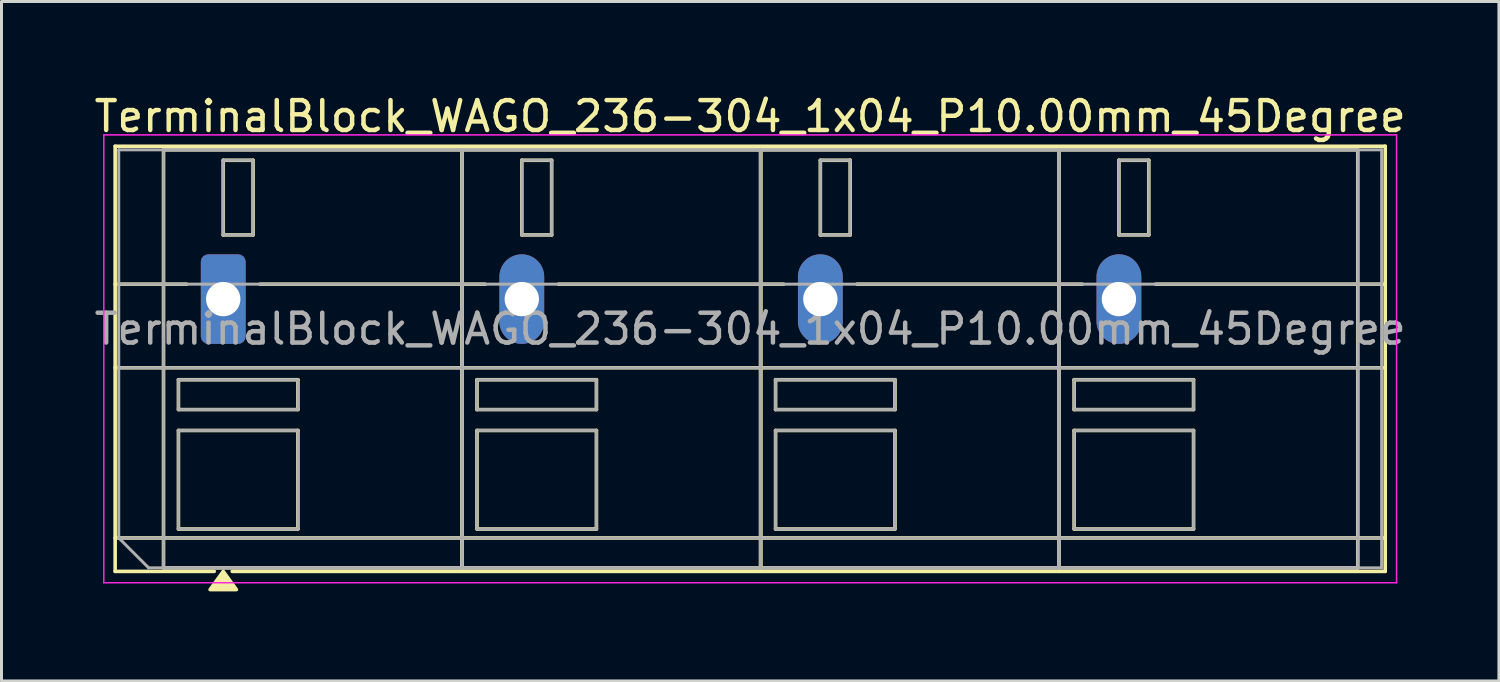
<source format=kicad_pcb>
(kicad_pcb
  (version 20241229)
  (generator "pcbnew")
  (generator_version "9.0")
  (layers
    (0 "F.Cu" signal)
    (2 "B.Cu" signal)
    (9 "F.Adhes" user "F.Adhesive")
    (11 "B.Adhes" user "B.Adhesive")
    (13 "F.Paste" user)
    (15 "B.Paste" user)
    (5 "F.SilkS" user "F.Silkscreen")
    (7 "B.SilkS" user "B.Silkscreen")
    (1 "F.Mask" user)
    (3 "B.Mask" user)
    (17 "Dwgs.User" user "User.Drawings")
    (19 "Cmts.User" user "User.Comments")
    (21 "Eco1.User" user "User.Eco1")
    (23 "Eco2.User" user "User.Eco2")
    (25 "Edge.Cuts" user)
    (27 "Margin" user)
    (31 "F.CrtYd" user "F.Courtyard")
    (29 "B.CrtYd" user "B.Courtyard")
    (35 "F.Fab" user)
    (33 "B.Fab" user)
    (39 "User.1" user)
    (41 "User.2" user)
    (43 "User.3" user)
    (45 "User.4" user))
  (footprint "TerminalBlock_WAGO_236-304_1x04_P10.00mm_45Degree"
    (layer "F.Cu")
    (at 4.427 6.968)
    (property "Reference" "TerminalBlock_WAGO_236-304_1x04_P10.00mm_45Degree" (at 17.65 -6.12 0) (layer "F.SilkS") (effects (font (size 1 1) (thickness 0.15))))
    (attr through_hole)
    (fp_line (start -3.62 -5.12) (end -3.62 9.12) (stroke (width 0.12) (type solid)) (layer "F.SilkS"))
    (fp_line (start -3.62 -5.12) (end 38.92 -5.12) (stroke (width 0.12) (type solid)) (layer "F.SilkS"))
    (fp_line (start -3.62 -0.5) (end -1.23 -0.5) (stroke (width 0.12) (type solid)) (layer "F.SilkS"))
    (fp_line (start -3.62 2.3) (end 38.92 2.3) (stroke (width 0.12) (type solid)) (layer "F.SilkS"))
    (fp_line (start -3.62 8) (end 38.92 8) (stroke (width 0.12) (type solid)) (layer "F.SilkS"))
    (fp_line (start -3.62 9.12) (end -0.3 9.12) (stroke (width 0.12) (type solid)) (layer "F.SilkS"))
    (fp_line (start -2 -5) (end -2 9) (stroke (width 0.12) (type solid)) (layer "F.SilkS"))
    (fp_line (start -2 -5) (end 8 -5) (stroke (width 0.12) (type solid)) (layer "F.SilkS"))
    (fp_line (start -2 9) (end 8 9) (stroke (width 0.12) (type solid)) (layer "F.SilkS"))
    (fp_line (start -1.5 2.7) (end -1.5 3.7) (stroke (width 0.12) (type solid)) (layer "F.SilkS"))
    (fp_line (start -1.5 2.7) (end 2.5 2.7) (stroke (width 0.12) (type solid)) (layer "F.SilkS"))
    (fp_line (start -1.5 3.7) (end 2.5 3.7) (stroke (width 0.12) (type solid)) (layer "F.SilkS"))
    (fp_line (start -1.5 4.4) (end -1.5 7.7) (stroke (width 0.12) (type solid)) (layer "F.SilkS"))
    (fp_line (start -1.5 4.4) (end 2.5 4.4) (stroke (width 0.12) (type solid)) (layer "F.SilkS"))
    (fp_line (start -1.5 7.7) (end 2.5 7.7) (stroke (width 0.12) (type solid)) (layer "F.SilkS"))
    (fp_line (start 0 -4.65) (end 0 -2.15) (stroke (width 0.12) (type solid)) (layer "F.SilkS"))
    (fp_line (start 0 -4.65) (end 1 -4.65) (stroke (width 0.12) (type solid)) (layer "F.SilkS"))
    (fp_line (start 0 -2.15) (end 1 -2.15) (stroke (width 0.12) (type solid)) (layer "F.SilkS"))
    (fp_line (start 0.3 9.12) (end 38.92 9.12) (stroke (width 0.12) (type solid)) (layer "F.SilkS"))
    (fp_line (start 1 -4.65) (end 1 -2.15) (stroke (width 0.12) (type solid)) (layer "F.SilkS"))
    (fp_line (start 1.23 -0.5) (end 8.77 -0.5) (stroke (width 0.12) (type solid)) (layer "F.SilkS"))
    (fp_line (start 2.5 2.7) (end 2.5 3.7) (stroke (width 0.12) (type solid)) (layer "F.SilkS"))
    (fp_line (start 2.5 4.4) (end 2.5 7.7) (stroke (width 0.12) (type solid)) (layer "F.SilkS"))
    (fp_line (start 8 -5) (end 8 9) (stroke (width 0.12) (type solid)) (layer "F.SilkS"))
    (fp_line (start 8 -5) (end 8 9) (stroke (width 0.12) (type solid)) (layer "F.SilkS"))
    (fp_line (start 8 -5) (end 18 -5) (stroke (width 0.12) (type solid)) (layer "F.SilkS"))
    (fp_line (start 8 9) (end 18 9) (stroke (width 0.12) (type solid)) (layer "F.SilkS"))
    (fp_line (start 8.5 2.7) (end 8.5 3.7) (stroke (width 0.12) (type solid)) (layer "F.SilkS"))
    (fp_line (start 8.5 2.7) (end 12.5 2.7) (stroke (width 0.12) (type solid)) (layer "F.SilkS"))
    (fp_line (start 8.5 3.7) (end 12.5 3.7) (stroke (width 0.12) (type solid)) (layer "F.SilkS"))
    (fp_line (start 8.5 4.4) (end 8.5 7.7) (stroke (width 0.12) (type solid)) (layer "F.SilkS"))
    (fp_line (start 8.5 4.4) (end 12.5 4.4) (stroke (width 0.12) (type solid)) (layer "F.SilkS"))
    (fp_line (start 8.5 7.7) (end 12.5 7.7) (stroke (width 0.12) (type solid)) (layer "F.SilkS"))
    (fp_line (start 10 -4.65) (end 10 -2.15) (stroke (width 0.12) (type solid)) (layer "F.SilkS"))
    (fp_line (start 10 -4.65) (end 11 -4.65) (stroke (width 0.12) (type solid)) (layer "F.SilkS"))
    (fp_line (start 10 -2.15) (end 11 -2.15) (stroke (width 0.12) (type solid)) (layer "F.SilkS"))
    (fp_line (start 11 -4.65) (end 11 -2.15) (stroke (width 0.12) (type solid)) (layer "F.SilkS"))
    (fp_line (start 11.23 -0.5) (end 18.77 -0.5) (stroke (width 0.12) (type solid)) (layer "F.SilkS"))
    (fp_line (start 12.5 2.7) (end 12.5 3.7) (stroke (width 0.12) (type solid)) (layer "F.SilkS"))
    (fp_line (start 12.5 4.4) (end 12.5 7.7) (stroke (width 0.12) (type solid)) (layer "F.SilkS"))
    (fp_line (start 18 -5) (end 18 9) (stroke (width 0.12) (type solid)) (layer "F.SilkS"))
    (fp_line (start 18 -5) (end 18 9) (stroke (width 0.12) (type solid)) (layer "F.SilkS"))
    (fp_line (start 18 -5) (end 28 -5) (stroke (width 0.12) (type solid)) (layer "F.SilkS"))
    (fp_line (start 18 9) (end 28 9) (stroke (width 0.12) (type solid)) (layer "F.SilkS"))
    (fp_line (start 18.5 2.7) (end 18.5 3.7) (stroke (width 0.12) (type solid)) (layer "F.SilkS"))
    (fp_line (start 18.5 2.7) (end 22.5 2.7) (stroke (width 0.12) (type solid)) (layer "F.SilkS"))
    (fp_line (start 18.5 3.7) (end 22.5 3.7) (stroke (width 0.12) (type solid)) (layer "F.SilkS"))
    (fp_line (start 18.5 4.4) (end 18.5 7.7) (stroke (width 0.12) (type solid)) (layer "F.SilkS"))
    (fp_line (start 18.5 4.4) (end 22.5 4.4) (stroke (width 0.12) (type solid)) (layer "F.SilkS"))
    (fp_line (start 18.5 7.7) (end 22.5 7.7) (stroke (width 0.12) (type solid)) (layer "F.SilkS"))
    (fp_line (start 20 -4.65) (end 20 -2.15) (stroke (width 0.12) (type solid)) (layer "F.SilkS"))
    (fp_line (start 20 -4.65) (end 21 -4.65) (stroke (width 0.12) (type solid)) (layer "F.SilkS"))
    (fp_line (start 20 -2.15) (end 21 -2.15) (stroke (width 0.12) (type solid)) (layer "F.SilkS"))
    (fp_line (start 21 -4.65) (end 21 -2.15) (stroke (width 0.12) (type solid)) (layer "F.SilkS"))
    (fp_line (start 21.23 -0.5) (end 28.77 -0.5) (stroke (width 0.12) (type solid)) (layer "F.SilkS"))
    (fp_line (start 22.5 2.7) (end 22.5 3.7) (stroke (width 0.12) (type solid)) (layer "F.SilkS"))
    (fp_line (start 22.5 4.4) (end 22.5 7.7) (stroke (width 0.12) (type solid)) (layer "F.SilkS"))
    (fp_line (start 28 -5) (end 28 9) (stroke (width 0.12) (type solid)) (layer "F.SilkS"))
    (fp_line (start 28 -5) (end 28 9) (stroke (width 0.12) (type solid)) (layer "F.SilkS"))
    (fp_line (start 28 -5) (end 38 -5) (stroke (width 0.12) (type solid)) (layer "F.SilkS"))
    (fp_line (start 28 9) (end 38 9) (stroke (width 0.12) (type solid)) (layer "F.SilkS"))
    (fp_line (start 28.5 2.7) (end 28.5 3.7) (stroke (width 0.12) (type solid)) (layer "F.SilkS"))
    (fp_line (start 28.5 2.7) (end 32.5 2.7) (stroke (width 0.12) (type solid)) (layer "F.SilkS"))
    (fp_line (start 28.5 3.7) (end 32.5 3.7) (stroke (width 0.12) (type solid)) (layer "F.SilkS"))
    (fp_line (start 28.5 4.4) (end 28.5 7.7) (stroke (width 0.12) (type solid)) (layer "F.SilkS"))
    (fp_line (start 28.5 4.4) (end 32.5 4.4) (stroke (width 0.12) (type solid)) (layer "F.SilkS"))
    (fp_line (start 28.5 7.7) (end 32.5 7.7) (stroke (width 0.12) (type solid)) (layer "F.SilkS"))
    (fp_line (start 30 -4.65) (end 30 -2.15) (stroke (width 0.12) (type solid)) (layer "F.SilkS"))
    (fp_line (start 30 -4.65) (end 31 -4.65) (stroke (width 0.12) (type solid)) (layer "F.SilkS"))
    (fp_line (start 30 -2.15) (end 31 -2.15) (stroke (width 0.12) (type solid)) (layer "F.SilkS"))
    (fp_line (start 31 -4.65) (end 31 -2.15) (stroke (width 0.12) (type solid)) (layer "F.SilkS"))
    (fp_line (start 31.23 -0.5) (end 38.92 -0.5) (stroke (width 0.12) (type solid)) (layer "F.SilkS"))
    (fp_line (start 32.5 2.7) (end 32.5 3.7) (stroke (width 0.12) (type solid)) (layer "F.SilkS"))
    (fp_line (start 32.5 4.4) (end 32.5 7.7) (stroke (width 0.12) (type solid)) (layer "F.SilkS"))
    (fp_line (start 38 -5) (end 38 9) (stroke (width 0.12) (type solid)) (layer "F.SilkS"))
    (fp_line (start 38.92 -5.12) (end 38.92 9.12) (stroke (width 0.12) (type solid)) (layer "F.SilkS"))
    (fp_poly (pts (xy 0 9.12) (xy 0.44 9.73) (xy -0.44 9.73)) (stroke (width 0.12) (type solid)) (fill yes) (layer "F.SilkS"))
    (fp_line (start -4 -5.5) (end -4 9.5) (stroke (width 0.05) (type solid)) (layer "F.CrtYd"))
    (fp_line (start -4 9.5) (end 39.3 9.5) (stroke (width 0.05) (type solid)) (layer "F.CrtYd"))
    (fp_line (start 39.3 -5.5) (end -4 -5.5) (stroke (width 0.05) (type solid)) (layer "F.CrtYd"))
    (fp_line (start 39.3 9.5) (end 39.3 -5.5) (stroke (width 0.05) (type solid)) (layer "F.CrtYd"))
    (fp_line (start -3.5 -5) (end 38.8 -5) (stroke (width 0.1) (type solid)) (layer "F.Fab"))
    (fp_line (start -3.5 -0.5) (end 38.8 -0.5) (stroke (width 0.1) (type solid)) (layer "F.Fab"))
    (fp_line (start -3.5 2.3) (end 38.8 2.3) (stroke (width 0.1) (type solid)) (layer "F.Fab"))
    (fp_line (start -3.5 8) (end -3.5 -5) (stroke (width 0.1) (type solid)) (layer "F.Fab"))
    (fp_line (start -3.5 8) (end 38.8 8) (stroke (width 0.1) (type solid)) (layer "F.Fab"))
    (fp_line (start -2.5 9) (end -3.5 8) (stroke (width 0.1) (type solid)) (layer "F.Fab"))
    (fp_line (start -2 -5) (end -2 9) (stroke (width 0.1) (type solid)) (layer "F.Fab"))
    (fp_line (start -2 9) (end 8 9) (stroke (width 0.1) (type solid)) (layer "F.Fab"))
    (fp_line (start -1.5 2.7) (end -1.5 3.7) (stroke (width 0.1) (type solid)) (layer "F.Fab"))
    (fp_line (start -1.5 3.7) (end 2.5 3.7) (stroke (width 0.1) (type solid)) (layer "F.Fab"))
    (fp_line (start -1.5 4.4) (end -1.5 7.7) (stroke (width 0.1) (type solid)) (layer "F.Fab"))
    (fp_line (start -1.5 7.7) (end 2.5 7.7) (stroke (width 0.1) (type solid)) (layer "F.Fab"))
    (fp_line (start 0 -4.65) (end 0 -2.15) (stroke (width 0.1) (type solid)) (layer "F.Fab"))
    (fp_line (start 0 -2.15) (end 1 -2.15) (stroke (width 0.1) (type solid)) (layer "F.Fab"))
    (fp_line (start 1 -4.65) (end 0 -4.65) (stroke (width 0.1) (type solid)) (layer "F.Fab"))
    (fp_line (start 1 -2.15) (end 1 -4.65) (stroke (width 0.1) (type solid)) (layer "F.Fab"))
    (fp_line (start 2.5 2.7) (end -1.5 2.7) (stroke (width 0.1) (type solid)) (layer "F.Fab"))
    (fp_line (start 2.5 3.7) (end 2.5 2.7) (stroke (width 0.1) (type solid)) (layer "F.Fab"))
    (fp_line (start 2.5 4.4) (end -1.5 4.4) (stroke (width 0.1) (type solid)) (layer "F.Fab"))
    (fp_line (start 2.5 7.7) (end 2.5 4.4) (stroke (width 0.1) (type solid)) (layer "F.Fab"))
    (fp_line (start 8 -5) (end -2 -5) (stroke (width 0.1) (type solid)) (layer "F.Fab"))
    (fp_line (start 8 -5) (end 8 9) (stroke (width 0.1) (type solid)) (layer "F.Fab"))
    (fp_line (start 8 9) (end 8 -5) (stroke (width 0.1) (type solid)) (layer "F.Fab"))
    (fp_line (start 8 9) (end 18 9) (stroke (width 0.1) (type solid)) (layer "F.Fab"))
    (fp_line (start 8.5 2.7) (end 8.5 3.7) (stroke (width 0.1) (type solid)) (layer "F.Fab"))
    (fp_line (start 8.5 3.7) (end 12.5 3.7) (stroke (width 0.1) (type solid)) (layer "F.Fab"))
    (fp_line (start 8.5 4.4) (end 8.5 7.7) (stroke (width 0.1) (type solid)) (layer "F.Fab"))
    (fp_line (start 8.5 7.7) (end 12.5 7.7) (stroke (width 0.1) (type solid)) (layer "F.Fab"))
    (fp_line (start 10 -4.65) (end 10 -2.15) (stroke (width 0.1) (type solid)) (layer "F.Fab"))
    (fp_line (start 10 -2.15) (end 11 -2.15) (stroke (width 0.1) (type solid)) (layer "F.Fab"))
    (fp_line (start 11 -4.65) (end 10 -4.65) (stroke (width 0.1) (type solid)) (layer "F.Fab"))
    (fp_line (start 11 -2.15) (end 11 -4.65) (stroke (width 0.1) (type solid)) (layer "F.Fab"))
    (fp_line (start 12.5 2.7) (end 8.5 2.7) (stroke (width 0.1) (type solid)) (layer "F.Fab"))
    (fp_line (start 12.5 3.7) (end 12.5 2.7) (stroke (width 0.1) (type solid)) (layer "F.Fab"))
    (fp_line (start 12.5 4.4) (end 8.5 4.4) (stroke (width 0.1) (type solid)) (layer "F.Fab"))
    (fp_line (start 12.5 7.7) (end 12.5 4.4) (stroke (width 0.1) (type solid)) (layer "F.Fab"))
    (fp_line (start 18 -5) (end 8 -5) (stroke (width 0.1) (type solid)) (layer "F.Fab"))
    (fp_line (start 18 -5) (end 18 9) (stroke (width 0.1) (type solid)) (layer "F.Fab"))
    (fp_line (start 18 9) (end 18 -5) (stroke (width 0.1) (type solid)) (layer "F.Fab"))
    (fp_line (start 18 9) (end 28 9) (stroke (width 0.1) (type solid)) (layer "F.Fab"))
    (fp_line (start 18.5 2.7) (end 18.5 3.7) (stroke (width 0.1) (type solid)) (layer "F.Fab"))
    (fp_line (start 18.5 3.7) (end 22.5 3.7) (stroke (width 0.1) (type solid)) (layer "F.Fab"))
    (fp_line (start 18.5 4.4) (end 18.5 7.7) (stroke (width 0.1) (type solid)) (layer "F.Fab"))
    (fp_line (start 18.5 7.7) (end 22.5 7.7) (stroke (width 0.1) (type solid)) (layer "F.Fab"))
    (fp_line (start 20 -4.65) (end 20 -2.15) (stroke (width 0.1) (type solid)) (layer "F.Fab"))
    (fp_line (start 20 -2.15) (end 21 -2.15) (stroke (width 0.1) (type solid)) (layer "F.Fab"))
    (fp_line (start 21 -4.65) (end 20 -4.65) (stroke (width 0.1) (type solid)) (layer "F.Fab"))
    (fp_line (start 21 -2.15) (end 21 -4.65) (stroke (width 0.1) (type solid)) (layer "F.Fab"))
    (fp_line (start 22.5 2.7) (end 18.5 2.7) (stroke (width 0.1) (type solid)) (layer "F.Fab"))
    (fp_line (start 22.5 3.7) (end 22.5 2.7) (stroke (width 0.1) (type solid)) (layer "F.Fab"))
    (fp_line (start 22.5 4.4) (end 18.5 4.4) (stroke (width 0.1) (type solid)) (layer "F.Fab"))
    (fp_line (start 22.5 7.7) (end 22.5 4.4) (stroke (width 0.1) (type solid)) (layer "F.Fab"))
    (fp_line (start 28 -5) (end 18 -5) (stroke (width 0.1) (type solid)) (layer "F.Fab"))
    (fp_line (start 28 -5) (end 28 9) (stroke (width 0.1) (type solid)) (layer "F.Fab"))
    (fp_line (start 28 9) (end 28 -5) (stroke (width 0.1) (type solid)) (layer "F.Fab"))
    (fp_line (start 28 9) (end 38 9) (stroke (width 0.1) (type solid)) (layer "F.Fab"))
    (fp_line (start 28.5 2.7) (end 28.5 3.7) (stroke (width 0.1) (type solid)) (layer "F.Fab"))
    (fp_line (start 28.5 3.7) (end 32.5 3.7) (stroke (width 0.1) (type solid)) (layer "F.Fab"))
    (fp_line (start 28.5 4.4) (end 28.5 7.7) (stroke (width 0.1) (type solid)) (layer "F.Fab"))
    (fp_line (start 28.5 7.7) (end 32.5 7.7) (stroke (width 0.1) (type solid)) (layer "F.Fab"))
    (fp_line (start 30 -4.65) (end 30 -2.15) (stroke (width 0.1) (type solid)) (layer "F.Fab"))
    (fp_line (start 30 -2.15) (end 31 -2.15) (stroke (width 0.1) (type solid)) (layer "F.Fab"))
    (fp_line (start 31 -4.65) (end 30 -4.65) (stroke (width 0.1) (type solid)) (layer "F.Fab"))
    (fp_line (start 31 -2.15) (end 31 -4.65) (stroke (width 0.1) (type solid)) (layer "F.Fab"))
    (fp_line (start 32.5 2.7) (end 28.5 2.7) (stroke (width 0.1) (type solid)) (layer "F.Fab"))
    (fp_line (start 32.5 3.7) (end 32.5 2.7) (stroke (width 0.1) (type solid)) (layer "F.Fab"))
    (fp_line (start 32.5 4.4) (end 28.5 4.4) (stroke (width 0.1) (type solid)) (layer "F.Fab"))
    (fp_line (start 32.5 7.7) (end 32.5 4.4) (stroke (width 0.1) (type solid)) (layer "F.Fab"))
    (fp_line (start 38 -5) (end 28 -5) (stroke (width 0.1) (type solid)) (layer "F.Fab"))
    (fp_line (start 38 9) (end 38 -5) (stroke (width 0.1) (type solid)) (layer "F.Fab"))
    (fp_line (start 38.8 -5) (end 38.8 9) (stroke (width 0.1) (type solid)) (layer "F.Fab"))
    (fp_line (start 38.8 9) (end -2.5 9) (stroke (width 0.1) (type solid)) (layer "F.Fab"))
    (fp_text user "${REFERENCE}" (at 17.65 1 0) (layer "F.Fab") (effects (font (size 1 1) (thickness 0.15))))
    (pad "1" thru_hole roundrect (at 0 0) (size 1.5 3) (drill 1.15) (layers "*.Cu" "*.Mask") (roundrect_rratio 0.167))
    (pad "2" thru_hole oval (at 10 0) (size 1.5 3) (drill 1.15) (layers "*.Cu" "*.Mask"))
    (pad "3" thru_hole oval (at 20 0) (size 1.5 3) (drill 1.15) (layers "*.Cu" "*.Mask"))
    (pad "4" thru_hole oval (at 30 0) (size 1.5 3) (drill 1.15) (layers "*.Cu" "*.Mask")))
  (gr_rect
    (start -3 -3)
    (end 47.155 19.758)
    (stroke (width 0.1) (type default))
    (fill no)
    (layer "Edge.Cuts")))
</source>
